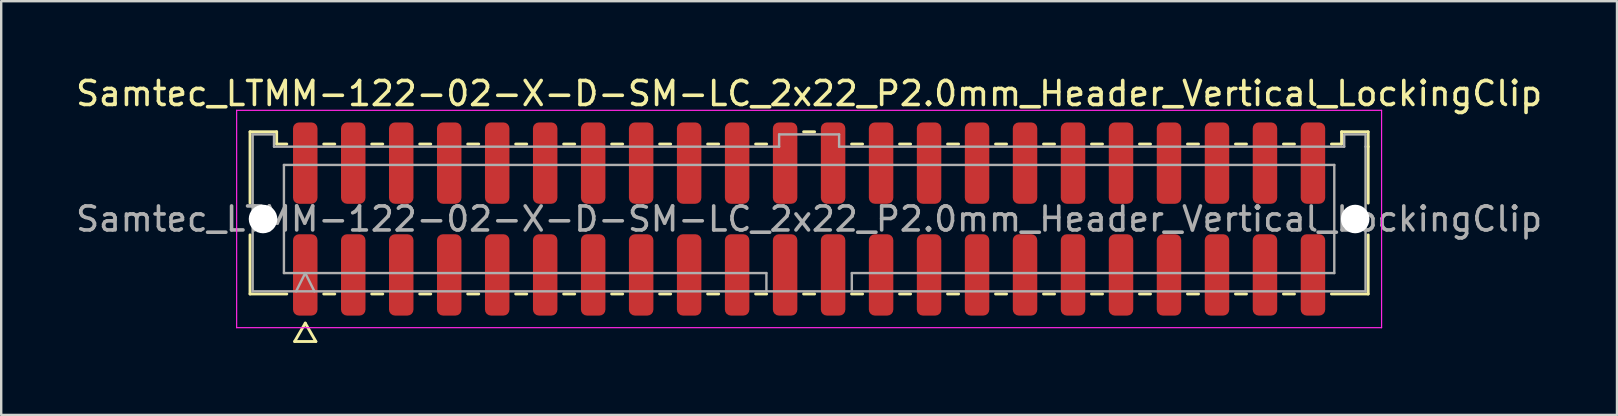
<source format=kicad_pcb>
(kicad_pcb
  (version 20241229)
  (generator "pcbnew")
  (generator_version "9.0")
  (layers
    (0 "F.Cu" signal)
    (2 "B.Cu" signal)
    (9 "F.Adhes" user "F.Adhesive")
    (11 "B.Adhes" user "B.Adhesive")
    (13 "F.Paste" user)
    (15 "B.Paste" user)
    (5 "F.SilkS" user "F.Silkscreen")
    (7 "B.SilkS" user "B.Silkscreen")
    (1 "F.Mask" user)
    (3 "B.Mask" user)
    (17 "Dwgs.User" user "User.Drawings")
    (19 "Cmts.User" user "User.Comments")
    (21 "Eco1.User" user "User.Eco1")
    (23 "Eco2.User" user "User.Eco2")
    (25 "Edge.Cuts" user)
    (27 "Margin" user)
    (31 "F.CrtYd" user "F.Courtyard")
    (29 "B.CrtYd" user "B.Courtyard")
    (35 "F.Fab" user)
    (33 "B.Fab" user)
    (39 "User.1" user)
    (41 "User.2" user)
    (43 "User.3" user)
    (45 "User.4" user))
  (footprint "Samtec_LTMM-122-02-X-D-SM-LC_2x22_P2.0mm_Header_Vertical_LockingClip"
    (layer "F.Cu")
    (at 30.673 6.078)
    (property "Reference" "Samtec_LTMM-122-02-X-D-SM-LC_2x22_P2.0mm_Header_Vertical_LockingClip" (at 0 -5.23 0) (layer "F.SilkS") (effects (font (size 1 1) (thickness 0.15))))
    (attr smd)
    (fp_line (start -23.302 -3.635) (end -22.192 -3.635) (stroke (width 0.12) (type solid)) (layer "F.SilkS"))
    (fp_line (start -23.302 -0.662) (end -23.302 -3.635) (stroke (width 0.12) (type solid)) (layer "F.SilkS"))
    (fp_line (start -23.302 3.125) (end -23.302 0.662) (stroke (width 0.12) (type solid)) (layer "F.SilkS"))
    (fp_line (start -22.192 -3.635) (end -22.192 -3.125) (stroke (width 0.12) (type solid)) (layer "F.SilkS"))
    (fp_line (start -22.192 -3.125) (end -21.77 -3.125) (stroke (width 0.12) (type solid)) (layer "F.SilkS"))
    (fp_line (start -21.77 3.125) (end -23.302 3.125) (stroke (width 0.12) (type solid)) (layer "F.SilkS"))
    (fp_line (start -21.442 5.105) (end -21 4.34) (stroke (width 0.12) (type solid)) (layer "F.SilkS"))
    (fp_line (start -21 4.34) (end -20.558 5.105) (stroke (width 0.12) (type solid)) (layer "F.SilkS"))
    (fp_line (start -20.558 5.105) (end -21.442 5.105) (stroke (width 0.12) (type solid)) (layer "F.SilkS"))
    (fp_line (start -20.23 -3.125) (end -19.77 -3.125) (stroke (width 0.12) (type solid)) (layer "F.SilkS"))
    (fp_line (start -19.77 3.125) (end -20.23 3.125) (stroke (width 0.12) (type solid)) (layer "F.SilkS"))
    (fp_line (start -18.23 -3.125) (end -17.77 -3.125) (stroke (width 0.12) (type solid)) (layer "F.SilkS"))
    (fp_line (start -17.77 3.125) (end -18.23 3.125) (stroke (width 0.12) (type solid)) (layer "F.SilkS"))
    (fp_line (start -16.23 -3.125) (end -15.77 -3.125) (stroke (width 0.12) (type solid)) (layer "F.SilkS"))
    (fp_line (start -15.77 3.125) (end -16.23 3.125) (stroke (width 0.12) (type solid)) (layer "F.SilkS"))
    (fp_line (start -14.23 -3.125) (end -13.77 -3.125) (stroke (width 0.12) (type solid)) (layer "F.SilkS"))
    (fp_line (start -13.77 3.125) (end -14.23 3.125) (stroke (width 0.12) (type solid)) (layer "F.SilkS"))
    (fp_line (start -12.23 -3.125) (end -11.77 -3.125) (stroke (width 0.12) (type solid)) (layer "F.SilkS"))
    (fp_line (start -11.77 3.125) (end -12.23 3.125) (stroke (width 0.12) (type solid)) (layer "F.SilkS"))
    (fp_line (start -10.23 -3.125) (end -9.77 -3.125) (stroke (width 0.12) (type solid)) (layer "F.SilkS"))
    (fp_line (start -9.77 3.125) (end -10.23 3.125) (stroke (width 0.12) (type solid)) (layer "F.SilkS"))
    (fp_line (start -8.23 -3.125) (end -7.77 -3.125) (stroke (width 0.12) (type solid)) (layer "F.SilkS"))
    (fp_line (start -7.77 3.125) (end -8.23 3.125) (stroke (width 0.12) (type solid)) (layer "F.SilkS"))
    (fp_line (start -6.23 -3.125) (end -5.77 -3.125) (stroke (width 0.12) (type solid)) (layer "F.SilkS"))
    (fp_line (start -5.77 3.125) (end -6.23 3.125) (stroke (width 0.12) (type solid)) (layer "F.SilkS"))
    (fp_line (start -4.23 -3.125) (end -3.77 -3.125) (stroke (width 0.12) (type solid)) (layer "F.SilkS"))
    (fp_line (start -3.77 3.125) (end -4.23 3.125) (stroke (width 0.12) (type solid)) (layer "F.SilkS"))
    (fp_line (start -2.23 -3.125) (end -1.77 -3.125) (stroke (width 0.12) (type solid)) (layer "F.SilkS"))
    (fp_line (start -1.77 3.125) (end -2.23 3.125) (stroke (width 0.12) (type solid)) (layer "F.SilkS"))
    (fp_line (start -0.23 -3.635) (end 0.23 -3.635) (stroke (width 0.12) (type solid)) (layer "F.SilkS"))
    (fp_line (start 0.23 3.125) (end -0.23 3.125) (stroke (width 0.12) (type solid)) (layer "F.SilkS"))
    (fp_line (start 1.77 -3.125) (end 2.23 -3.125) (stroke (width 0.12) (type solid)) (layer "F.SilkS"))
    (fp_line (start 2.23 3.125) (end 1.77 3.125) (stroke (width 0.12) (type solid)) (layer "F.SilkS"))
    (fp_line (start 3.77 -3.125) (end 4.23 -3.125) (stroke (width 0.12) (type solid)) (layer "F.SilkS"))
    (fp_line (start 4.23 3.125) (end 3.77 3.125) (stroke (width 0.12) (type solid)) (layer "F.SilkS"))
    (fp_line (start 5.77 -3.125) (end 6.23 -3.125) (stroke (width 0.12) (type solid)) (layer "F.SilkS"))
    (fp_line (start 6.23 3.125) (end 5.77 3.125) (stroke (width 0.12) (type solid)) (layer "F.SilkS"))
    (fp_line (start 7.77 -3.125) (end 8.23 -3.125) (stroke (width 0.12) (type solid)) (layer "F.SilkS"))
    (fp_line (start 8.23 3.125) (end 7.77 3.125) (stroke (width 0.12) (type solid)) (layer "F.SilkS"))
    (fp_line (start 9.77 -3.125) (end 10.23 -3.125) (stroke (width 0.12) (type solid)) (layer "F.SilkS"))
    (fp_line (start 10.23 3.125) (end 9.77 3.125) (stroke (width 0.12) (type solid)) (layer "F.SilkS"))
    (fp_line (start 11.77 -3.125) (end 12.23 -3.125) (stroke (width 0.12) (type solid)) (layer "F.SilkS"))
    (fp_line (start 12.23 3.125) (end 11.77 3.125) (stroke (width 0.12) (type solid)) (layer "F.SilkS"))
    (fp_line (start 13.77 -3.125) (end 14.23 -3.125) (stroke (width 0.12) (type solid)) (layer "F.SilkS"))
    (fp_line (start 14.23 3.125) (end 13.77 3.125) (stroke (width 0.12) (type solid)) (layer "F.SilkS"))
    (fp_line (start 15.77 -3.125) (end 16.23 -3.125) (stroke (width 0.12) (type solid)) (layer "F.SilkS"))
    (fp_line (start 16.23 3.125) (end 15.77 3.125) (stroke (width 0.12) (type solid)) (layer "F.SilkS"))
    (fp_line (start 17.77 -3.125) (end 18.23 -3.125) (stroke (width 0.12) (type solid)) (layer "F.SilkS"))
    (fp_line (start 18.23 3.125) (end 17.77 3.125) (stroke (width 0.12) (type solid)) (layer "F.SilkS"))
    (fp_line (start 19.77 -3.125) (end 20.23 -3.125) (stroke (width 0.12) (type solid)) (layer "F.SilkS"))
    (fp_line (start 20.23 3.125) (end 19.77 3.125) (stroke (width 0.12) (type solid)) (layer "F.SilkS"))
    (fp_line (start 21.77 -3.125) (end 22.192 -3.125) (stroke (width 0.12) (type solid)) (layer "F.SilkS"))
    (fp_line (start 22.192 -3.635) (end 23.302 -3.635) (stroke (width 0.12) (type solid)) (layer "F.SilkS"))
    (fp_line (start 22.192 -3.125) (end 22.192 -3.635) (stroke (width 0.12) (type solid)) (layer "F.SilkS"))
    (fp_line (start 23.302 -3.635) (end 23.302 -3.015) (stroke (width 0.12) (type solid)) (layer "F.SilkS"))
    (fp_line (start 23.302 -3.015) (end 23.302 -0.662) (stroke (width 0.12) (type solid)) (layer "F.SilkS"))
    (fp_line (start 23.302 0.662) (end 23.302 3.125) (stroke (width 0.12) (type solid)) (layer "F.SilkS"))
    (fp_line (start 23.302 3.125) (end 21.77 3.125) (stroke (width 0.12) (type solid)) (layer "F.SilkS"))
    (fp_line (start -23.86 -4.53) (end -23.86 4.53) (stroke (width 0.05) (type solid)) (layer "F.CrtYd"))
    (fp_line (start -23.86 4.53) (end 23.86 4.53) (stroke (width 0.05) (type solid)) (layer "F.CrtYd"))
    (fp_line (start 23.86 -4.53) (end -23.86 -4.53) (stroke (width 0.05) (type solid)) (layer "F.CrtYd"))
    (fp_line (start 23.86 4.53) (end 23.86 -4.53) (stroke (width 0.05) (type solid)) (layer "F.CrtYd"))
    (fp_line (start -23.192 -3.525) (end -22.302 -3.525) (stroke (width 0.1) (type solid)) (layer "F.Fab"))
    (fp_line (start -23.192 3.015) (end -23.192 -3.525) (stroke (width 0.1) (type solid)) (layer "F.Fab"))
    (fp_line (start -22.302 -3.525) (end -22.302 -3.015) (stroke (width 0.1) (type solid)) (layer "F.Fab"))
    (fp_line (start -22.302 -3.015) (end -1.25 -3.015) (stroke (width 0.1) (type solid)) (layer "F.Fab"))
    (fp_line (start -21.889 -2.253) (end 21.889 -2.253) (stroke (width 0.1) (type solid)) (layer "F.Fab"))
    (fp_line (start -21.889 2.253) (end -21.889 -2.253) (stroke (width 0.1) (type solid)) (layer "F.Fab"))
    (fp_line (start -21.381 3.015) (end -21 2.253) (stroke (width 0.1) (type solid)) (layer "F.Fab"))
    (fp_line (start -21 2.253) (end -20.619 3.015) (stroke (width 0.1) (type solid)) (layer "F.Fab"))
    (fp_line (start -1.78 2.253) (end -21.889 2.253) (stroke (width 0.1) (type solid)) (layer "F.Fab"))
    (fp_line (start -1.78 3.015) (end -1.78 2.253) (stroke (width 0.1) (type solid)) (layer "F.Fab"))
    (fp_line (start -1.25 -3.525) (end 1.25 -3.525) (stroke (width 0.1) (type solid)) (layer "F.Fab"))
    (fp_line (start -1.25 -3.015) (end -1.25 -3.525) (stroke (width 0.1) (type solid)) (layer "F.Fab"))
    (fp_line (start 1.25 -3.525) (end 1.25 -3.015) (stroke (width 0.1) (type solid)) (layer "F.Fab"))
    (fp_line (start 1.25 -3.015) (end 22.302 -3.015) (stroke (width 0.1) (type solid)) (layer "F.Fab"))
    (fp_line (start 1.78 2.253) (end 1.78 3.015) (stroke (width 0.1) (type solid)) (layer "F.Fab"))
    (fp_line (start 21.889 -2.253) (end 21.889 2.253) (stroke (width 0.1) (type solid)) (layer "F.Fab"))
    (fp_line (start 21.889 2.253) (end 1.78 2.253) (stroke (width 0.1) (type solid)) (layer "F.Fab"))
    (fp_line (start 22.302 -3.525) (end 23.192 -3.525) (stroke (width 0.1) (type solid)) (layer "F.Fab"))
    (fp_line (start 22.302 -3.015) (end 22.302 -3.525) (stroke (width 0.1) (type solid)) (layer "F.Fab"))
    (fp_line (start 23.192 -3.525) (end 23.192 -3.015) (stroke (width 0.1) (type solid)) (layer "F.Fab"))
    (fp_line (start 23.192 -3.015) (end 23.192 3.015) (stroke (width 0.1) (type solid)) (layer "F.Fab"))
    (fp_line (start 23.192 3.015) (end -23.192 3.015) (stroke (width 0.1) (type solid)) (layer "F.Fab"))
    (fp_text user "${REFERENCE}" (at 0 0 0) (layer "F.Fab") (effects (font (size 1 1) (thickness 0.15))))
    (pad "" np_thru_hole circle (at -22.76 0) (size 1.19 1.19) (drill 1.19) (layers "*.Cu" "*.Mask"))
    (pad "" np_thru_hole circle (at 22.76 0) (size 1.19 1.19) (drill 1.19) (layers "*.Cu" "*.Mask"))
    (pad "1" smd roundrect (at -21 2.33) (size 1.02 3.39) (layers "F.Cu" "F.Mask" "F.Paste") (roundrect_rratio 0.245))
    (pad "2" smd roundrect (at -21 -2.33) (size 1.02 3.39) (layers "F.Cu" "F.Mask" "F.Paste") (roundrect_rratio 0.245))
    (pad "3" smd roundrect (at -19 2.33) (size 1.02 3.39) (layers "F.Cu" "F.Mask" "F.Paste") (roundrect_rratio 0.245))
    (pad "4" smd roundrect (at -19 -2.33) (size 1.02 3.39) (layers "F.Cu" "F.Mask" "F.Paste") (roundrect_rratio 0.245))
    (pad "5" smd roundrect (at -17 2.33) (size 1.02 3.39) (layers "F.Cu" "F.Mask" "F.Paste") (roundrect_rratio 0.245))
    (pad "6" smd roundrect (at -17 -2.33) (size 1.02 3.39) (layers "F.Cu" "F.Mask" "F.Paste") (roundrect_rratio 0.245))
    (pad "7" smd roundrect (at -15 2.33) (size 1.02 3.39) (layers "F.Cu" "F.Mask" "F.Paste") (roundrect_rratio 0.245))
    (pad "8" smd roundrect (at -15 -2.33) (size 1.02 3.39) (layers "F.Cu" "F.Mask" "F.Paste") (roundrect_rratio 0.245))
    (pad "9" smd roundrect (at -13 2.33) (size 1.02 3.39) (layers "F.Cu" "F.Mask" "F.Paste") (roundrect_rratio 0.245))
    (pad "10" smd roundrect (at -13 -2.33) (size 1.02 3.39) (layers "F.Cu" "F.Mask" "F.Paste") (roundrect_rratio 0.245))
    (pad "11" smd roundrect (at -11 2.33) (size 1.02 3.39) (layers "F.Cu" "F.Mask" "F.Paste") (roundrect_rratio 0.245))
    (pad "12" smd roundrect (at -11 -2.33) (size 1.02 3.39) (layers "F.Cu" "F.Mask" "F.Paste") (roundrect_rratio 0.245))
    (pad "13" smd roundrect (at -9 2.33) (size 1.02 3.39) (layers "F.Cu" "F.Mask" "F.Paste") (roundrect_rratio 0.245))
    (pad "14" smd roundrect (at -9 -2.33) (size 1.02 3.39) (layers "F.Cu" "F.Mask" "F.Paste") (roundrect_rratio 0.245))
    (pad "15" smd roundrect (at -7 2.33) (size 1.02 3.39) (layers "F.Cu" "F.Mask" "F.Paste") (roundrect_rratio 0.245))
    (pad "16" smd roundrect (at -7 -2.33) (size 1.02 3.39) (layers "F.Cu" "F.Mask" "F.Paste") (roundrect_rratio 0.245))
    (pad "17" smd roundrect (at -5 2.33) (size 1.02 3.39) (layers "F.Cu" "F.Mask" "F.Paste") (roundrect_rratio 0.245))
    (pad "18" smd roundrect (at -5 -2.33) (size 1.02 3.39) (layers "F.Cu" "F.Mask" "F.Paste") (roundrect_rratio 0.245))
    (pad "19" smd roundrect (at -3 2.33) (size 1.02 3.39) (layers "F.Cu" "F.Mask" "F.Paste") (roundrect_rratio 0.245))
    (pad "20" smd roundrect (at -3 -2.33) (size 1.02 3.39) (layers "F.Cu" "F.Mask" "F.Paste") (roundrect_rratio 0.245))
    (pad "21" smd roundrect (at -1 2.33) (size 1.02 3.39) (layers "F.Cu" "F.Mask" "F.Paste") (roundrect_rratio 0.245))
    (pad "22" smd roundrect (at -1 -2.33) (size 1.02 3.39) (layers "F.Cu" "F.Mask" "F.Paste") (roundrect_rratio 0.245))
    (pad "23" smd roundrect (at 1 2.33) (size 1.02 3.39) (layers "F.Cu" "F.Mask" "F.Paste") (roundrect_rratio 0.245))
    (pad "24" smd roundrect (at 1 -2.33) (size 1.02 3.39) (layers "F.Cu" "F.Mask" "F.Paste") (roundrect_rratio 0.245))
    (pad "25" smd roundrect (at 3 2.33) (size 1.02 3.39) (layers "F.Cu" "F.Mask" "F.Paste") (roundrect_rratio 0.245))
    (pad "26" smd roundrect (at 3 -2.33) (size 1.02 3.39) (layers "F.Cu" "F.Mask" "F.Paste") (roundrect_rratio 0.245))
    (pad "27" smd roundrect (at 5 2.33) (size 1.02 3.39) (layers "F.Cu" "F.Mask" "F.Paste") (roundrect_rratio 0.245))
    (pad "28" smd roundrect (at 5 -2.33) (size 1.02 3.39) (layers "F.Cu" "F.Mask" "F.Paste") (roundrect_rratio 0.245))
    (pad "29" smd roundrect (at 7 2.33) (size 1.02 3.39) (layers "F.Cu" "F.Mask" "F.Paste") (roundrect_rratio 0.245))
    (pad "30" smd roundrect (at 7 -2.33) (size 1.02 3.39) (layers "F.Cu" "F.Mask" "F.Paste") (roundrect_rratio 0.245))
    (pad "31" smd roundrect (at 9 2.33) (size 1.02 3.39) (layers "F.Cu" "F.Mask" "F.Paste") (roundrect_rratio 0.245))
    (pad "32" smd roundrect (at 9 -2.33) (size 1.02 3.39) (layers "F.Cu" "F.Mask" "F.Paste") (roundrect_rratio 0.245))
    (pad "33" smd roundrect (at 11 2.33) (size 1.02 3.39) (layers "F.Cu" "F.Mask" "F.Paste") (roundrect_rratio 0.245))
    (pad "34" smd roundrect (at 11 -2.33) (size 1.02 3.39) (layers "F.Cu" "F.Mask" "F.Paste") (roundrect_rratio 0.245))
    (pad "35" smd roundrect (at 13 2.33) (size 1.02 3.39) (layers "F.Cu" "F.Mask" "F.Paste") (roundrect_rratio 0.245))
    (pad "36" smd roundrect (at 13 -2.33) (size 1.02 3.39) (layers "F.Cu" "F.Mask" "F.Paste") (roundrect_rratio 0.245))
    (pad "37" smd roundrect (at 15 2.33) (size 1.02 3.39) (layers "F.Cu" "F.Mask" "F.Paste") (roundrect_rratio 0.245))
    (pad "38" smd roundrect (at 15 -2.33) (size 1.02 3.39) (layers "F.Cu" "F.Mask" "F.Paste") (roundrect_rratio 0.245))
    (pad "39" smd roundrect (at 17 2.33) (size 1.02 3.39) (layers "F.Cu" "F.Mask" "F.Paste") (roundrect_rratio 0.245))
    (pad "40" smd roundrect (at 17 -2.33) (size 1.02 3.39) (layers "F.Cu" "F.Mask" "F.Paste") (roundrect_rratio 0.245))
    (pad "41" smd roundrect (at 19 2.33) (size 1.02 3.39) (layers "F.Cu" "F.Mask" "F.Paste") (roundrect_rratio 0.245))
    (pad "42" smd roundrect (at 19 -2.33) (size 1.02 3.39) (layers "F.Cu" "F.Mask" "F.Paste") (roundrect_rratio 0.245))
    (pad "43" smd roundrect (at 21 2.33) (size 1.02 3.39) (layers "F.Cu" "F.Mask" "F.Paste") (roundrect_rratio 0.245))
    (pad "44" smd roundrect (at 21 -2.33) (size 1.02 3.39) (layers "F.Cu" "F.Mask" "F.Paste") (roundrect_rratio 0.245)))
  (gr_rect
    (start -3 -3)
    (end 64.345 14.243)
    (stroke (width 0.1) (type default))
    (fill no)
    (layer "Edge.Cuts")))
</source>
